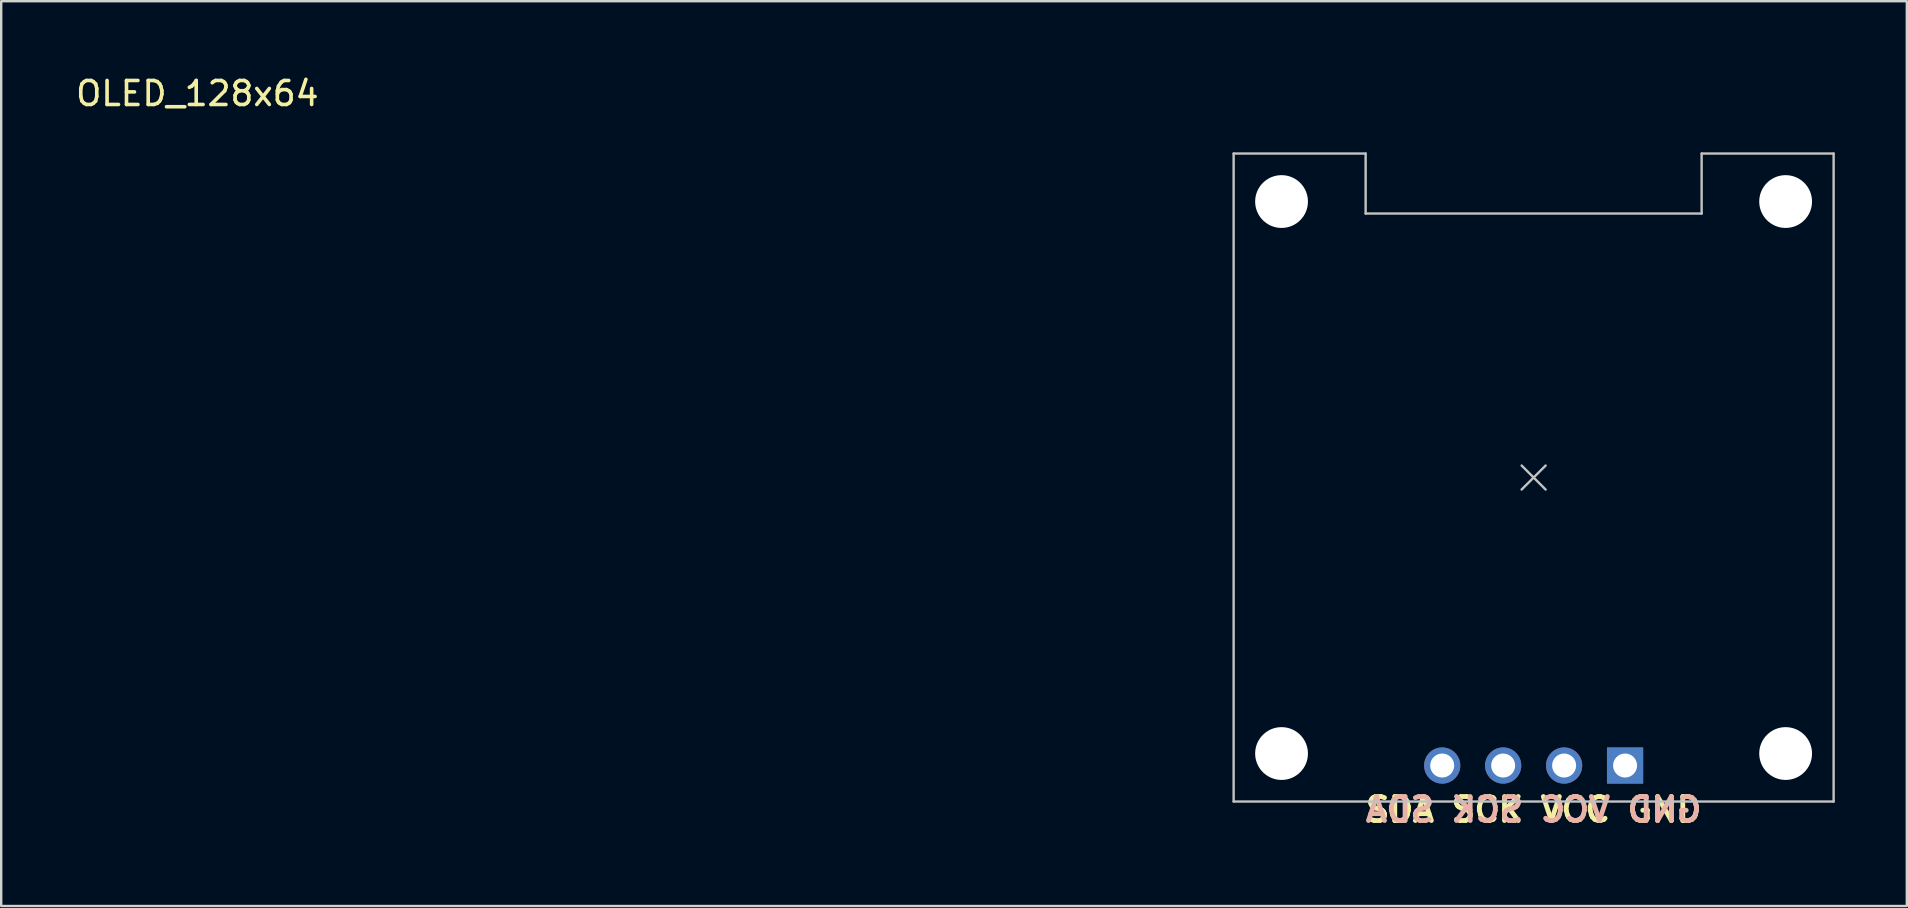
<source format=kicad_pcb>
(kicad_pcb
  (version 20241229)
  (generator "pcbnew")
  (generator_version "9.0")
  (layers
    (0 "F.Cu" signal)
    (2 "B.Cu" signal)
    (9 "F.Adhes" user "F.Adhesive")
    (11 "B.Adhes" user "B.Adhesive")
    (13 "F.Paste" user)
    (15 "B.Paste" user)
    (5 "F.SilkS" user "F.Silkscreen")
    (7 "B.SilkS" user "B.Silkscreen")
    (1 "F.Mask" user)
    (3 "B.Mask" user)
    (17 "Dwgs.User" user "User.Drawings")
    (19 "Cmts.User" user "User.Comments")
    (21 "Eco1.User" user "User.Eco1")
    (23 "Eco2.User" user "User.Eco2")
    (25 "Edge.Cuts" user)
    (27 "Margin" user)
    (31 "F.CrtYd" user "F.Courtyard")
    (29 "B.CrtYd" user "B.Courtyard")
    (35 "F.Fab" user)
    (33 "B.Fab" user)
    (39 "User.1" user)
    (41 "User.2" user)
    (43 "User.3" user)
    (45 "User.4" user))
  (footprint "OLED_128x64"
    (layer "F.Cu")
    (at 60.853 16.848)
    (property "Reference" "OLED_128x64" (at -55.68 -16 180) (layer "F.SilkS") (effects (font (size 1 1) (thickness 0.15))))
    (attr through_hole)
    (fp_line (start -12.5 -13.5) (end -12.5 13.5) (stroke (width 0.1) (type default)) (layer "Dwgs.User"))
    (fp_line (start -12.5 13.5) (end 12.5 13.5) (stroke (width 0.1) (type default)) (layer "Dwgs.User"))
    (fp_line (start -7 -13.5) (end -12.5 -13.5) (stroke (width 0.1) (type default)) (layer "Dwgs.User"))
    (fp_line (start -7 -13.5) (end -7 -11) (stroke (width 0.1) (type default)) (layer "Dwgs.User"))
    (fp_line (start -7 -11) (end 7 -11) (stroke (width 0.1) (type default)) (layer "Dwgs.User"))
    (fp_line (start -0.5 -0.5) (end 0.5 0.5) (stroke (width 0.1) (type default)) (layer "Dwgs.User"))
    (fp_line (start -0.5 0.5) (end 0.5 -0.5) (stroke (width 0.1) (type default)) (layer "Dwgs.User"))
    (fp_line (start 7 -11) (end 7 -13.5) (stroke (width 0.1) (type default)) (layer "Dwgs.User"))
    (fp_line (start 12.5 -13.5) (end 7 -13.5) (stroke (width 0.1) (type default)) (layer "Dwgs.User"))
    (fp_line (start 12.5 13.5) (end 12.5 -13.5) (stroke (width 0.1) (type default)) (layer "Dwgs.User"))
    (fp_text user "SDA SCK VCC GND" (at 0 13.254 0) (unlocked yes) (layer "F.SilkS") (effects (font (size 1 1) (thickness 0.2) (bold yes)) (justify top)))
    (fp_text user "GND VCC SCK SDA" (at 0 13.254 0) (unlocked yes) (layer "B.SilkS") (effects (font (size 1 1) (thickness 0.2) (bold yes)) (justify top mirror)))
    (pad "" np_thru_hole circle (at -10.504 -11.5 180) (size 2.2 2.2) (drill 2.2) (layers "*.Cu" "*.Mask"))
    (pad "" np_thru_hole circle (at -10.504 11.5 180) (size 2.2 2.2) (drill 2.2) (layers "*.Cu" "*.Mask"))
    (pad "" np_thru_hole circle (at 10.5 -11.5 180) (size 2.2 2.2) (drill 2.2) (layers "*.Cu" "*.Mask"))
    (pad "" np_thru_hole circle (at 10.5 11.5 180) (size 2.2 2.2) (drill 2.2) (layers "*.Cu" "*.Mask"))
    (pad "1" thru_hole rect (at 3.81 12 180) (size 1.508 1.508) (drill 1) (layers "*.Cu" "*.Mask"))
    (pad "2" thru_hole circle (at 1.27 12 180) (size 1.508 1.508) (drill 1) (layers "*.Cu" "*.Mask"))
    (pad "3" thru_hole circle (at -1.27 12 180) (size 1.508 1.508) (drill 1) (layers "*.Cu" "*.Mask"))
    (pad "4" thru_hole circle (at -3.81 12 180) (size 1.508 1.508) (drill 1) (layers "*.Cu" "*.Mask")))
  (gr_rect
    (start -3 -3)
    (end 76.403 34.702)
    (stroke (width 0.1) (type default))
    (fill no)
    (layer "Edge.Cuts")))
</source>
